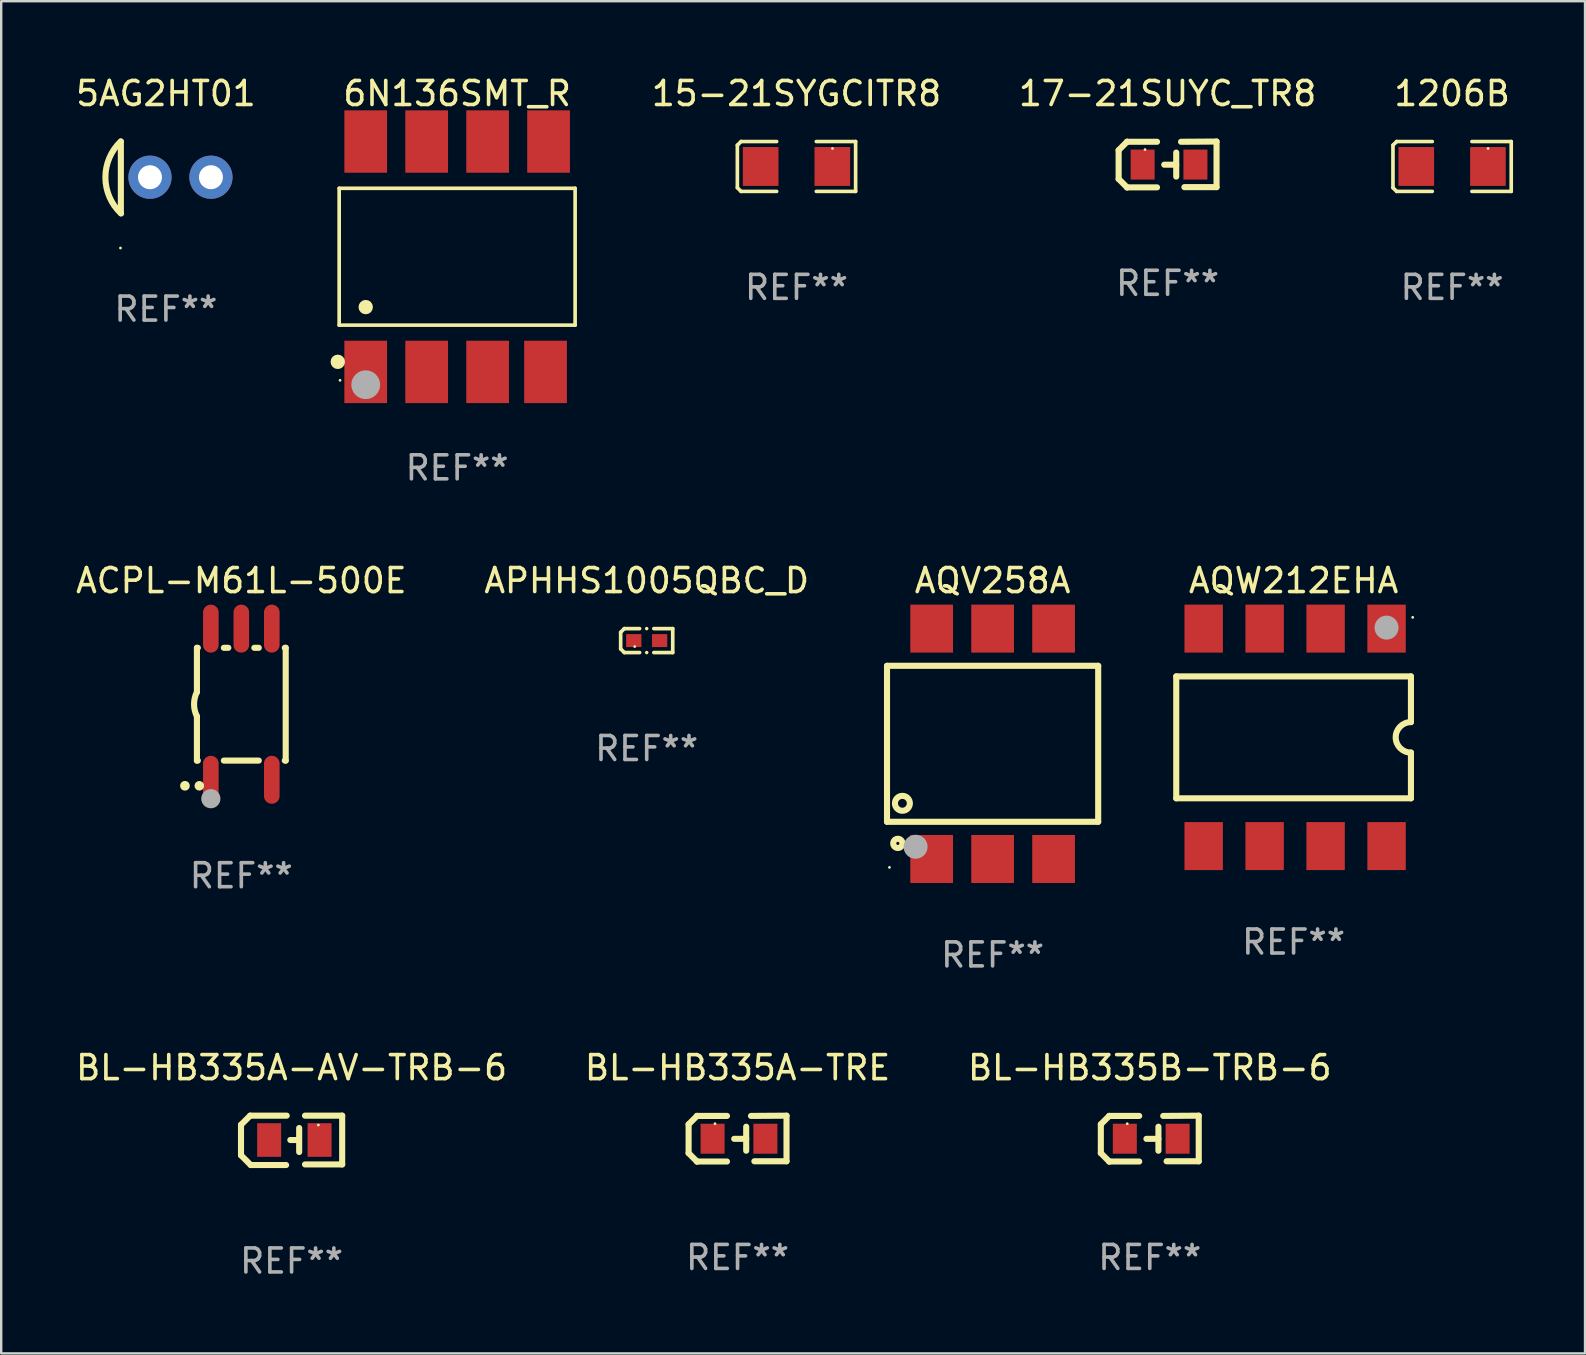
<source format=kicad_pcb>
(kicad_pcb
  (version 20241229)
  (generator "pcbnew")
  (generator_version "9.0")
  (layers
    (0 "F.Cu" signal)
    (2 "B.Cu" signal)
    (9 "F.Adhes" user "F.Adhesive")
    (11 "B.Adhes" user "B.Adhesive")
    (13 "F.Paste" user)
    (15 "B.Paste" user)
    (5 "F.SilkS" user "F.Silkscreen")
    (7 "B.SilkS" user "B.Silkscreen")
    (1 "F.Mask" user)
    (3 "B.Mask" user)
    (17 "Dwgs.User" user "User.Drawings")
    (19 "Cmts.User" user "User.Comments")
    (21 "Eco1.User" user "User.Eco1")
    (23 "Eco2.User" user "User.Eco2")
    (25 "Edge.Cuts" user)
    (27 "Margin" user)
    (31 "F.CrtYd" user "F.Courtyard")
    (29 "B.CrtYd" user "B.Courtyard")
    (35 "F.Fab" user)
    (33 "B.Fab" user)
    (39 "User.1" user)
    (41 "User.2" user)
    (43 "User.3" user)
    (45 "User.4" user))
  (footprint "APHHS1005QBC_D"
    (layer "F.Cu")
    (at 23.899 23.644)
    (property "Reference" "APHHS1005QBC_D" (at 0 -2.499 0) (layer "F.SilkS") (effects (font (size 1 1) (thickness 0.15))))
    (attr through_hole)
    (fp_line (start -1.085 -0.346) (end -0.933 -0.499) (stroke (width 0.152) (type solid)) (layer "F.SilkS"))
    (fp_line (start -1.085 0.346) (end -1.085 -0.346) (stroke (width 0.152) (type solid)) (layer "F.SilkS"))
    (fp_line (start -0.933 -0.499) (end -0.296 -0.499) (stroke (width 0.152) (type solid)) (layer "F.SilkS"))
    (fp_line (start -0.933 0.499) (end -1.085 0.346) (stroke (width 0.152) (type solid)) (layer "F.SilkS"))
    (fp_line (start -0.296 0.499) (end -0.933 0.499) (stroke (width 0.152) (type solid)) (layer "F.SilkS"))
    (fp_line (start 0.296 0.499) (end 1.085 0.499) (stroke (width 0.152) (type solid)) (layer "F.SilkS"))
    (fp_line (start 1.085 -0.499) (end 0.296 -0.499) (stroke (width 0.152) (type solid)) (layer "F.SilkS"))
    (fp_line (start 1.085 0.499) (end 1.085 -0.499) (stroke (width 0.152) (type solid)) (layer "F.SilkS"))
    (fp_circle (center -0.5 0.25) (end -0.47 0.25) (stroke (width 0.06) (type solid)) (fill no) (layer "F.SilkS"))
    (fp_circle (center 0 -0.499) (end 0.038 -0.499) (stroke (width 0.076) (type solid)) (fill no) (layer "F.SilkS"))
    (fp_circle (center 0 0.499) (end 0.038 0.499) (stroke (width 0.076) (type solid)) (fill no) (layer "F.SilkS"))
    (fp_text user "REF**" (at 0 4.499 0) (layer "F.Fab") (effects (font (size 1 1) (thickness 0.15))))
    (pad "1" smd rect (at -0.538 0) (size 0.636 0.54) (layers "F.Cu" "F.Mask" "F.Paste"))
    (pad "2" smd rect (at 0.538 0) (size 0.636 0.54) (layers "F.Cu" "F.Mask" "F.Paste")))
  (footprint "1206B"
    (layer "F.Cu")
    (at 57.461 3.887)
    (property "Reference" "1206B" (at 0 -3.039 0) (layer "F.SilkS") (effects (font (size 1 1) (thickness 0.15))))
    (attr through_hole)
    (fp_line (start -2.464 -0.886) (end -2.311 -1.039) (stroke (width 0.152) (type solid)) (layer "F.SilkS"))
    (fp_line (start -2.464 0.886) (end -2.464 -0.886) (stroke (width 0.152) (type solid)) (layer "F.SilkS"))
    (fp_line (start -2.311 -1.039) (end -0.826 -1.039) (stroke (width 0.152) (type solid)) (layer "F.SilkS"))
    (fp_line (start -2.311 1.039) (end -2.464 0.886) (stroke (width 0.152) (type solid)) (layer "F.SilkS"))
    (fp_line (start -0.826 1.039) (end -2.311 1.039) (stroke (width 0.152) (type solid)) (layer "F.SilkS"))
    (fp_line (start 0.826 1.039) (end 2.464 1.039) (stroke (width 0.152) (type solid)) (layer "F.SilkS"))
    (fp_line (start 2.464 -1.039) (end 0.826 -1.039) (stroke (width 0.152) (type solid)) (layer "F.SilkS"))
    (fp_line (start 2.464 1.039) (end 2.464 -1.039) (stroke (width 0.152) (type solid)) (layer "F.SilkS"))
    (fp_circle (center 1.5 -0.75) (end 1.53 -0.75) (stroke (width 0.06) (type solid)) (fill no) (layer "F.SilkS"))
    (fp_text user "REF**" (at 0 5.039 0) (layer "F.Fab") (effects (font (size 1 1) (thickness 0.15))))
    (pad "1" smd rect (at 1.493 0) (size 1.485 1.62) (layers "F.Cu" "F.Mask" "F.Paste"))
    (pad "2" smd rect (at -1.493 0) (size 1.485 1.62) (layers "F.Cu" "F.Mask" "F.Paste")))
  (footprint "AQW212EHA"
    (layer "F.Cu")
    (at 50.856 27.676)
    (property "Reference" "AQW212EHA" (at 0 -6.531 0) (layer "F.SilkS") (effects (font (size 1 1) (thickness 0.15))))
    (attr through_hole)
    (fp_line (start -4.89 -2.54) (end 4.89 -2.54) (stroke (width 0.254) (type solid)) (layer "F.SilkS"))
    (fp_line (start -4.89 2.54) (end -4.89 -2.54) (stroke (width 0.254) (type solid)) (layer "F.SilkS"))
    (fp_line (start 4.89 -2.54) (end 4.89 -0.635) (stroke (width 0.254) (type solid)) (layer "F.SilkS"))
    (fp_line (start 4.89 0.635) (end 4.89 2.54) (stroke (width 0.254) (type solid)) (layer "F.SilkS"))
    (fp_line (start 4.89 2.54) (end -4.89 2.54) (stroke (width 0.254) (type solid)) (layer "F.SilkS"))
    (fp_arc (start 4.88951 0.634874) (mid 4.255118 -0.000432) (end 4.890119 -0.635128) (stroke (width 0.254001) (type solid)) (layer "F.SilkS"))
    (fp_circle (center 4.963 -5) (end 4.993 -5) (stroke (width 0.06) (type solid)) (fill no) (layer "F.SilkS"))
    (fp_circle (center 3.874 -4.572) (end 4.124 -4.572) (stroke (width 0.5) (type solid)) (fill no) (layer "F.Fab"))
    (fp_text user "REF**" (at 0 8.531 0) (layer "F.Fab") (effects (font (size 1 1) (thickness 0.15))))
    (pad "1" smd rect (at 3.874 -4.531 180) (size 1.6 2) (layers "F.Cu" "F.Mask" "F.Paste"))
    (pad "2" smd rect (at 1.334 -4.531 180) (size 1.6 2) (layers "F.Cu" "F.Mask" "F.Paste"))
    (pad "3" smd rect (at -1.207 -4.531 180) (size 1.6 2) (layers "F.Cu" "F.Mask" "F.Paste"))
    (pad "4" smd rect (at -3.747 -4.531 180) (size 1.6 2) (layers "F.Cu" "F.Mask" "F.Paste"))
    (pad "5" smd rect (at -3.747 4.531 180) (size 1.6 2) (layers "F.Cu" "F.Mask" "F.Paste"))
    (pad "6" smd rect (at -1.207 4.531 180) (size 1.6 2) (layers "F.Cu" "F.Mask" "F.Paste"))
    (pad "7" smd rect (at 1.334 4.531 180) (size 1.6 2) (layers "F.Cu" "F.Mask" "F.Paste"))
    (pad "8" smd rect (at 3.874 4.531 180) (size 1.6 2) (layers "F.Cu" "F.Mask" "F.Paste")))
  (footprint "BL-HB335B-TRB-6"
    (layer "F.Cu")
    (at 44.863 44.397)
    (property "Reference" "BL-HB335B-TRB-6" (at 0 -2.955 0) (layer "F.SilkS") (effects (font (size 1 1) (thickness 0.15))))
    (attr through_hole)
    (fp_line (start -2.04 -0.595) (end -2.04 0.605) (stroke (width 0.254) (type solid)) (layer "F.SilkS"))
    (fp_line (start -1.69 -0.945) (end -1.69 -0.945) (stroke (width 0.254) (type solid)) (layer "F.SilkS"))
    (fp_line (start -1.69 -0.945) (end -2.04 -0.595) (stroke (width 0.254) (type solid)) (layer "F.SilkS"))
    (fp_line (start -1.69 0.955) (end -2.04 0.605) (stroke (width 0.254) (type solid)) (layer "F.SilkS"))
    (fp_line (start -1.69 0.955) (end -1.69 0.955) (stroke (width 0.254) (type solid)) (layer "F.SilkS"))
    (fp_line (start -0.44 -0.945) (end -1.69 -0.945) (stroke (width 0.254) (type solid)) (layer "F.SilkS"))
    (fp_line (start -0.44 0.955) (end -1.69 0.955) (stroke (width 0.254) (type solid)) (layer "F.SilkS"))
    (fp_line (start 0.36 -0.495) (end 0.36 0.505) (stroke (width 0.254) (type solid)) (layer "F.SilkS"))
    (fp_line (start 0.36 0.01) (end -0.14 0.01) (stroke (width 0.254) (type solid)) (layer "F.SilkS"))
    (fp_line (start 0.56 -0.945) (end 2.04 -0.955) (stroke (width 0.254) (type solid)) (layer "F.SilkS"))
    (fp_line (start 0.7 0.945) (end 2.04 0.945) (stroke (width 0.254) (type solid)) (layer "F.SilkS"))
    (fp_line (start 2.04 -0.955) (end 2.04 0.945) (stroke (width 0.254) (type solid)) (layer "F.SilkS"))
    (fp_circle (center -0.94 -0.62) (end -0.91 -0.62) (stroke (width 0.06) (type solid)) (fill no) (layer "F.SilkS"))
    (fp_text user "REF**" (at 0 4.955 0) (layer "F.Fab") (effects (font (size 1 1) (thickness 0.15))))
    (pad "1" smd rect (at -1.04 0.005 180) (size 1 1.25) (layers "F.Cu" "F.Mask" "F.Paste"))
    (pad "2" smd rect (at 1.16 0.005 180) (size 1 1.25) (layers "F.Cu" "F.Mask" "F.Paste")))
  (footprint "BL-HB335A-TRE"
    (layer "F.Cu")
    (at 27.685 44.397)
    (property "Reference" "BL-HB335A-TRE" (at 0 -2.955 0) (layer "F.SilkS") (effects (font (size 1 1) (thickness 0.15))))
    (attr through_hole)
    (fp_line (start -2.04 -0.595) (end -2.04 0.605) (stroke (width 0.254) (type solid)) (layer "F.SilkS"))
    (fp_line (start -1.69 -0.945) (end -1.69 -0.945) (stroke (width 0.254) (type solid)) (layer "F.SilkS"))
    (fp_line (start -1.69 -0.945) (end -2.04 -0.595) (stroke (width 0.254) (type solid)) (layer "F.SilkS"))
    (fp_line (start -1.69 0.955) (end -2.04 0.605) (stroke (width 0.254) (type solid)) (layer "F.SilkS"))
    (fp_line (start -1.69 0.955) (end -1.69 0.955) (stroke (width 0.254) (type solid)) (layer "F.SilkS"))
    (fp_line (start -0.44 -0.945) (end -1.69 -0.945) (stroke (width 0.254) (type solid)) (layer "F.SilkS"))
    (fp_line (start -0.44 0.955) (end -1.69 0.955) (stroke (width 0.254) (type solid)) (layer "F.SilkS"))
    (fp_line (start 0.36 -0.495) (end 0.36 0.505) (stroke (width 0.254) (type solid)) (layer "F.SilkS"))
    (fp_line (start 0.36 0.01) (end -0.14 0.01) (stroke (width 0.254) (type solid)) (layer "F.SilkS"))
    (fp_line (start 0.56 -0.945) (end 2.04 -0.955) (stroke (width 0.254) (type solid)) (layer "F.SilkS"))
    (fp_line (start 0.7 0.945) (end 2.04 0.945) (stroke (width 0.254) (type solid)) (layer "F.SilkS"))
    (fp_line (start 2.04 -0.955) (end 2.04 0.945) (stroke (width 0.254) (type solid)) (layer "F.SilkS"))
    (fp_circle (center -0.94 -0.62) (end -0.91 -0.62) (stroke (width 0.06) (type solid)) (fill no) (layer "F.SilkS"))
    (fp_text user "REF**" (at 0 4.955 0) (layer "F.Fab") (effects (font (size 1 1) (thickness 0.15))))
    (pad "1" smd rect (at -1.04 0.005 180) (size 1 1.25) (layers "F.Cu" "F.Mask" "F.Paste"))
    (pad "2" smd rect (at 1.16 0.005 180) (size 1 1.25) (layers "F.Cu" "F.Mask" "F.Paste")))
  (footprint "ACPL-M61L-500E"
    (layer "F.Cu")
    (at 7.006 26.295)
    (property "Reference" "ACPL-M61L-500E" (at 0 -5.15 0) (layer "F.SilkS") (effects (font (size 1 1) (thickness 0.15))))
    (attr through_hole)
    (fp_line (start -1.85 -2.35) (end -1.85 -0.508) (stroke (width 0.254) (type solid)) (layer "F.SilkS"))
    (fp_line (start -1.85 -2.35) (end -1.812 -2.35) (stroke (width 0.254) (type solid)) (layer "F.SilkS"))
    (fp_line (start -1.85 2.35) (end -1.85 0.508) (stroke (width 0.254) (type solid)) (layer "F.SilkS"))
    (fp_line (start -1.812 2.35) (end -1.85 2.35) (stroke (width 0.254) (type solid)) (layer "F.SilkS"))
    (fp_line (start -0.728 -2.35) (end -0.542 -2.35) (stroke (width 0.254) (type solid)) (layer "F.SilkS"))
    (fp_line (start 0.542 -2.35) (end 0.728 -2.35) (stroke (width 0.254) (type solid)) (layer "F.SilkS"))
    (fp_line (start 0.728 2.35) (end -0.728 2.35) (stroke (width 0.254) (type solid)) (layer "F.SilkS"))
    (fp_line (start 1.812 -2.35) (end 1.85 -2.35) (stroke (width 0.254) (type solid)) (layer "F.SilkS"))
    (fp_line (start 1.85 -2.35) (end 1.85 2.35) (stroke (width 0.254) (type solid)) (layer "F.SilkS"))
    (fp_line (start 1.85 2.35) (end 1.812 2.35) (stroke (width 0.254) (type solid)) (layer "F.SilkS"))
    (fp_arc (start -2.349505 3.400813) (mid -2.34951 3.399543) (end -2.349505 3.398273) (stroke (width 0.4) (type solid)) (layer "F.SilkS"))
    (fp_arc (start -1.849123 0.507747) (mid -1.969311 -0.000025) (end -1.849987 -0.508001) (stroke (width 0.254001) (type solid)) (layer "F.SilkS"))
    (fp_circle (center -1.75 3.4) (end -1.65 3.4) (stroke (width 0.2) (type solid)) (fill no) (layer "F.SilkS"))
    (fp_circle (center -1.27 3.937) (end -1.07 3.937) (stroke (width 0.4) (type solid)) (fill no) (layer "F.Fab"))
    (fp_text user "REF**" (at 0 7.15 0) (layer "F.Fab") (effects (font (size 1 1) (thickness 0.15))))
    (pad "1" smd oval (at -1.27 3.15 180) (size 0.65 2) (layers "F.Cu" "F.Mask" "F.Paste"))
    (pad "3" smd oval (at 1.27 3.149 180) (size 0.65 2) (layers "F.Cu" "F.Mask" "F.Paste"))
    (pad "4" smd oval (at 1.27 -3.15 180) (size 0.65 2) (layers "F.Cu" "F.Mask" "F.Paste"))
    (pad "5" smd oval (at 0 -3.15 180) (size 0.65 2) (layers "F.Cu" "F.Mask" "F.Paste"))
    (pad "6" smd oval (at -1.27 -3.15 180) (size 0.65 2) (layers "F.Cu" "F.Mask" "F.Paste")))
  (footprint "15-21SYGCITR8"
    (layer "F.Cu")
    (at 30.141 3.887)
    (property "Reference" "15-21SYGCITR8" (at 0 -3.039 0) (layer "F.SilkS") (effects (font (size 1 1) (thickness 0.15))))
    (attr through_hole)
    (fp_line (start -2.464 -0.886) (end -2.311 -1.039) (stroke (width 0.152) (type solid)) (layer "F.SilkS"))
    (fp_line (start -2.464 0.886) (end -2.464 -0.886) (stroke (width 0.152) (type solid)) (layer "F.SilkS"))
    (fp_line (start -2.311 -1.039) (end -0.826 -1.039) (stroke (width 0.152) (type solid)) (layer "F.SilkS"))
    (fp_line (start -2.311 1.039) (end -2.464 0.886) (stroke (width 0.152) (type solid)) (layer "F.SilkS"))
    (fp_line (start -0.826 1.039) (end -2.311 1.039) (stroke (width 0.152) (type solid)) (layer "F.SilkS"))
    (fp_line (start 0.826 1.039) (end 2.464 1.039) (stroke (width 0.152) (type solid)) (layer "F.SilkS"))
    (fp_line (start 2.464 -1.039) (end 0.826 -1.039) (stroke (width 0.152) (type solid)) (layer "F.SilkS"))
    (fp_line (start 2.464 1.039) (end 2.464 -1.039) (stroke (width 0.152) (type solid)) (layer "F.SilkS"))
    (fp_circle (center 1.5 -0.75) (end 1.53 -0.75) (stroke (width 0.06) (type solid)) (fill no) (layer "F.SilkS"))
    (fp_text user "REF**" (at 0 5.039 0) (layer "F.Fab") (effects (font (size 1 1) (thickness 0.15))))
    (pad "1" smd rect (at 1.493 0) (size 1.485 1.62) (layers "F.Cu" "F.Mask" "F.Paste"))
    (pad "2" smd rect (at -1.493 0) (size 1.485 1.62) (layers "F.Cu" "F.Mask" "F.Paste")))
  (footprint "17-21SUYC_TR8"
    (layer "F.Cu")
    (at 45.605 3.803)
    (property "Reference" "17-21SUYC_TR8" (at 0 -2.955 0) (layer "F.SilkS") (effects (font (size 1 1) (thickness 0.15))))
    (attr through_hole)
    (fp_line (start -2.04 -0.595) (end -2.04 0.605) (stroke (width 0.254) (type solid)) (layer "F.SilkS"))
    (fp_line (start -1.69 -0.945) (end -1.69 -0.945) (stroke (width 0.254) (type solid)) (layer "F.SilkS"))
    (fp_line (start -1.69 -0.945) (end -2.04 -0.595) (stroke (width 0.254) (type solid)) (layer "F.SilkS"))
    (fp_line (start -1.69 0.955) (end -2.04 0.605) (stroke (width 0.254) (type solid)) (layer "F.SilkS"))
    (fp_line (start -1.69 0.955) (end -1.69 0.955) (stroke (width 0.254) (type solid)) (layer "F.SilkS"))
    (fp_line (start -0.44 -0.945) (end -1.69 -0.945) (stroke (width 0.254) (type solid)) (layer "F.SilkS"))
    (fp_line (start -0.44 0.955) (end -1.69 0.955) (stroke (width 0.254) (type solid)) (layer "F.SilkS"))
    (fp_line (start 0.36 -0.495) (end 0.36 0.505) (stroke (width 0.254) (type solid)) (layer "F.SilkS"))
    (fp_line (start 0.36 0.01) (end -0.14 0.01) (stroke (width 0.254) (type solid)) (layer "F.SilkS"))
    (fp_line (start 0.56 -0.945) (end 2.04 -0.955) (stroke (width 0.254) (type solid)) (layer "F.SilkS"))
    (fp_line (start 0.7 0.945) (end 2.04 0.945) (stroke (width 0.254) (type solid)) (layer "F.SilkS"))
    (fp_line (start 2.04 -0.955) (end 2.04 0.945) (stroke (width 0.254) (type solid)) (layer "F.SilkS"))
    (fp_circle (center -0.94 -0.62) (end -0.91 -0.62) (stroke (width 0.06) (type solid)) (fill no) (layer "F.SilkS"))
    (fp_text user "REF**" (at 0 4.955 0) (layer "F.Fab") (effects (font (size 1 1) (thickness 0.15))))
    (pad "1" smd rect (at -1.04 0.005 180) (size 1 1.25) (layers "F.Cu" "F.Mask" "F.Paste"))
    (pad "2" smd rect (at 1.16 0.005 180) (size 1 1.25) (layers "F.Cu" "F.Mask" "F.Paste")))
  (footprint "6N136SMT_R"
    (layer "F.Cu")
    (at 16 7.648)
    (property "Reference" "6N136SMT_R" (at 0 -6.8 0) (layer "F.SilkS") (effects (font (size 1 1) (thickness 0.15))))
    (attr through_hole)
    (fp_line (start -4.916 -2.851) (end 4.916 -2.851) (stroke (width 0.152) (type solid)) (layer "F.SilkS"))
    (fp_line (start -4.916 2.851) (end -4.916 -2.851) (stroke (width 0.152) (type solid)) (layer "F.SilkS"))
    (fp_line (start 4.916 -2.851) (end 4.916 2.851) (stroke (width 0.152) (type solid)) (layer "F.SilkS"))
    (fp_line (start 4.916 2.851) (end -4.916 2.851) (stroke (width 0.152) (type solid)) (layer "F.SilkS"))
    (fp_circle (center -4.974 4.38) (end -4.823 4.38) (stroke (width 0.3) (type solid)) (fill no) (layer "F.SilkS"))
    (fp_circle (center -4.88 5.15) (end -4.85 5.15) (stroke (width 0.06) (type solid)) (fill no) (layer "F.SilkS"))
    (fp_circle (center -3.81 2.099) (end -3.66 2.099) (stroke (width 0.3) (type solid)) (fill no) (layer "F.SilkS"))
    (fp_circle (center -3.81 5.334) (end -3.51 5.334) (stroke (width 0.6) (type solid)) (fill no) (layer "F.Fab"))
    (fp_text user "REF**" (at 0 8.8 0) (layer "F.Fab") (effects (font (size 1 1) (thickness 0.15))))
    (pad "1" smd rect (at -3.81 4.8) (size 1.78 2.6) (layers "F.Cu" "F.Mask" "F.Paste"))
    (pad "2" smd rect (at -1.27 4.8) (size 1.78 2.6) (layers "F.Cu" "F.Mask" "F.Paste"))
    (pad "3" smd rect (at 1.27 4.8) (size 1.78 2.6) (layers "F.Cu" "F.Mask" "F.Paste"))
    (pad "4" smd rect (at 3.683 4.8) (size 1.78 2.6) (layers "F.Cu" "F.Mask" "F.Paste"))
    (pad "5" smd rect (at 3.81 -4.8) (size 1.78 2.6) (layers "F.Cu" "F.Mask" "F.Paste"))
    (pad "6" smd rect (at 1.27 -4.8) (size 1.78 2.6) (layers "F.Cu" "F.Mask" "F.Paste"))
    (pad "7" smd rect (at -1.27 -4.8) (size 1.78 2.6) (layers "F.Cu" "F.Mask" "F.Paste"))
    (pad "8" smd rect (at -3.81 -4.8) (size 1.78 2.6) (layers "F.Cu" "F.Mask" "F.Paste")))
  (footprint "AQV258A"
    (layer "F.Cu")
    (at 38.313 27.945)
    (property "Reference" "AQV258A" (at 0 -6.8 0) (layer "F.SilkS") (effects (font (size 1 1) (thickness 0.15))))
    (attr through_hole)
    (fp_line (start -4.4 -3.25) (end -4.4 3.25) (stroke (width 0.254) (type solid)) (layer "F.SilkS"))
    (fp_line (start -4.4 -3.25) (end 4.4 -3.25) (stroke (width 0.254) (type solid)) (layer "F.SilkS"))
    (fp_line (start 4.4 3.25) (end -4.4 3.25) (stroke (width 0.254) (type solid)) (layer "F.SilkS"))
    (fp_line (start 4.4 3.25) (end 4.4 -3.25) (stroke (width 0.254) (type solid)) (layer "F.SilkS"))
    (fp_circle (center -4.299 5.15) (end -4.269 5.15) (stroke (width 0.06) (type solid)) (fill no) (layer "F.SilkS"))
    (fp_circle (center -3.949 4.15) (end -3.757 4.15) (stroke (width 0.254) (type solid)) (fill no) (layer "F.SilkS"))
    (fp_circle (center -3.759 2.48) (end -3.448 2.48) (stroke (width 0.254) (type solid)) (fill no) (layer "F.SilkS"))
    (fp_circle (center -3.209 4.29) (end -2.959 4.29) (stroke (width 0.5) (type solid)) (fill no) (layer "F.Fab"))
    (fp_text user "REF**" (at 0 8.8 0) (layer "F.Fab") (effects (font (size 1 1) (thickness 0.15))))
    (pad "1" smd rect (at -2.539 4.8) (size 1.78 2) (layers "F.Cu" "F.Mask" "F.Paste"))
    (pad "2" smd rect (at 0.001 4.8) (size 1.78 2) (layers "F.Cu" "F.Mask" "F.Paste"))
    (pad "3" smd rect (at 2.541 4.8) (size 1.78 2) (layers "F.Cu" "F.Mask" "F.Paste"))
    (pad "4" smd rect (at 2.541 -4.8) (size 1.78 2) (layers "F.Cu" "F.Mask" "F.Paste"))
    (pad "5" smd rect (at 0.001 -4.8) (size 1.78 2) (layers "F.Cu" "F.Mask" "F.Paste"))
    (pad "6" smd rect (at -2.539 -4.8) (size 1.78 2) (layers "F.Cu" "F.Mask" "F.Paste")))
  (footprint "BL-HB335A-AV-TRB-6"
    (layer "F.Cu")
    (at 9.101 44.47)
    (property "Reference" "BL-HB335A-AV-TRB-6" (at 0 -3.029 0) (layer "F.SilkS") (effects (font (size 1 1) (thickness 0.15))))
    (attr through_hole)
    (fp_line (start -2.108 -0.648) (end -1.727 -1.029) (stroke (width 0.254) (type solid)) (layer "F.SilkS"))
    (fp_line (start -2.108 0.622) (end -2.108 -0.648) (stroke (width 0.254) (type solid)) (layer "F.SilkS"))
    (fp_line (start -1.727 -1.029) (end -0.203 -1.029) (stroke (width 0.254) (type solid)) (layer "F.SilkS"))
    (fp_line (start -1.702 1.029) (end -2.108 0.622) (stroke (width 0.254) (type solid)) (layer "F.SilkS"))
    (fp_line (start -0.229 1.029) (end -1.702 1.029) (stroke (width 0.254) (type solid)) (layer "F.SilkS"))
    (fp_line (start 0.216 -0.014) (end -0.053 -0.014) (stroke (width 0.254) (type solid)) (layer "F.SilkS"))
    (fp_line (start 0.316 -0.514) (end 0.316 0.486) (stroke (width 0.254) (type solid)) (layer "F.SilkS"))
    (fp_line (start 0.559 1.003) (end 2.108 1.003) (stroke (width 0.254) (type solid)) (layer "F.SilkS"))
    (fp_line (start 2.108 -1.029) (end 0.559 -1.029) (stroke (width 0.254) (type solid)) (layer "F.SilkS"))
    (fp_line (start 2.108 1.003) (end 2.108 -1.029) (stroke (width 0.254) (type solid)) (layer "F.SilkS"))
    (fp_circle (center 1.116 -0.639) (end 1.146 -0.639) (stroke (width 0.06) (type solid)) (fill no) (layer "F.SilkS"))
    (fp_text user "REF**" (at 0 5.029 0) (layer "F.Fab") (effects (font (size 1 1) (thickness 0.15))))
    (pad "1" smd rect (at 1.166 -0.014 180) (size 1 1.4) (layers "F.Cu" "F.Mask" "F.Paste"))
    (pad "2" smd rect (at -0.935 -0.014 180) (size 1 1.4) (layers "F.Cu" "F.Mask" "F.Paste")))
  (footprint "5AG2HT01"
    (layer "F.Cu")
    (at 3.863 4.34)
    (property "Reference" "5AG2HT01" (at 0 -3.492 0) (layer "F.SilkS") (effects (font (size 1 1) (thickness 0.15))))
    (attr through_hole)
    (fp_line (start -1.877 -1.492) (end -1.877 1.492) (stroke (width 0.254) (type solid)) (layer "F.SilkS"))
    (fp_arc (start -1.867971 1.507023) (mid -2.520747 0.007816) (end -1.879553 -1.496381) (stroke (width 0.254001) (type solid)) (layer "F.SilkS"))
    (fp_circle (center -1.893 2.945) (end -1.863 2.945) (stroke (width 0.06) (type solid)) (fill no) (layer "F.SilkS"))
    (fp_text user "REF**" (at 0 5.492 0) (layer "F.Fab") (effects (font (size 1 1) (thickness 0.15))))
    (pad "1" thru_hole circle (at -0.663 -0.005) (size 1.8 1.8) (drill 1) (layers "*.Cu" "*.Mask"))
    (pad "2" thru_hole circle (at 1.877 -0.005) (size 1.8 1.8) (drill 1) (layers "*.Cu" "*.Mask")))
  (gr_rect
    (start -3 -3)
    (end 63 53.347)
    (stroke (width 0.1) (type default))
    (fill no)
    (layer "Edge.Cuts")))
</source>
